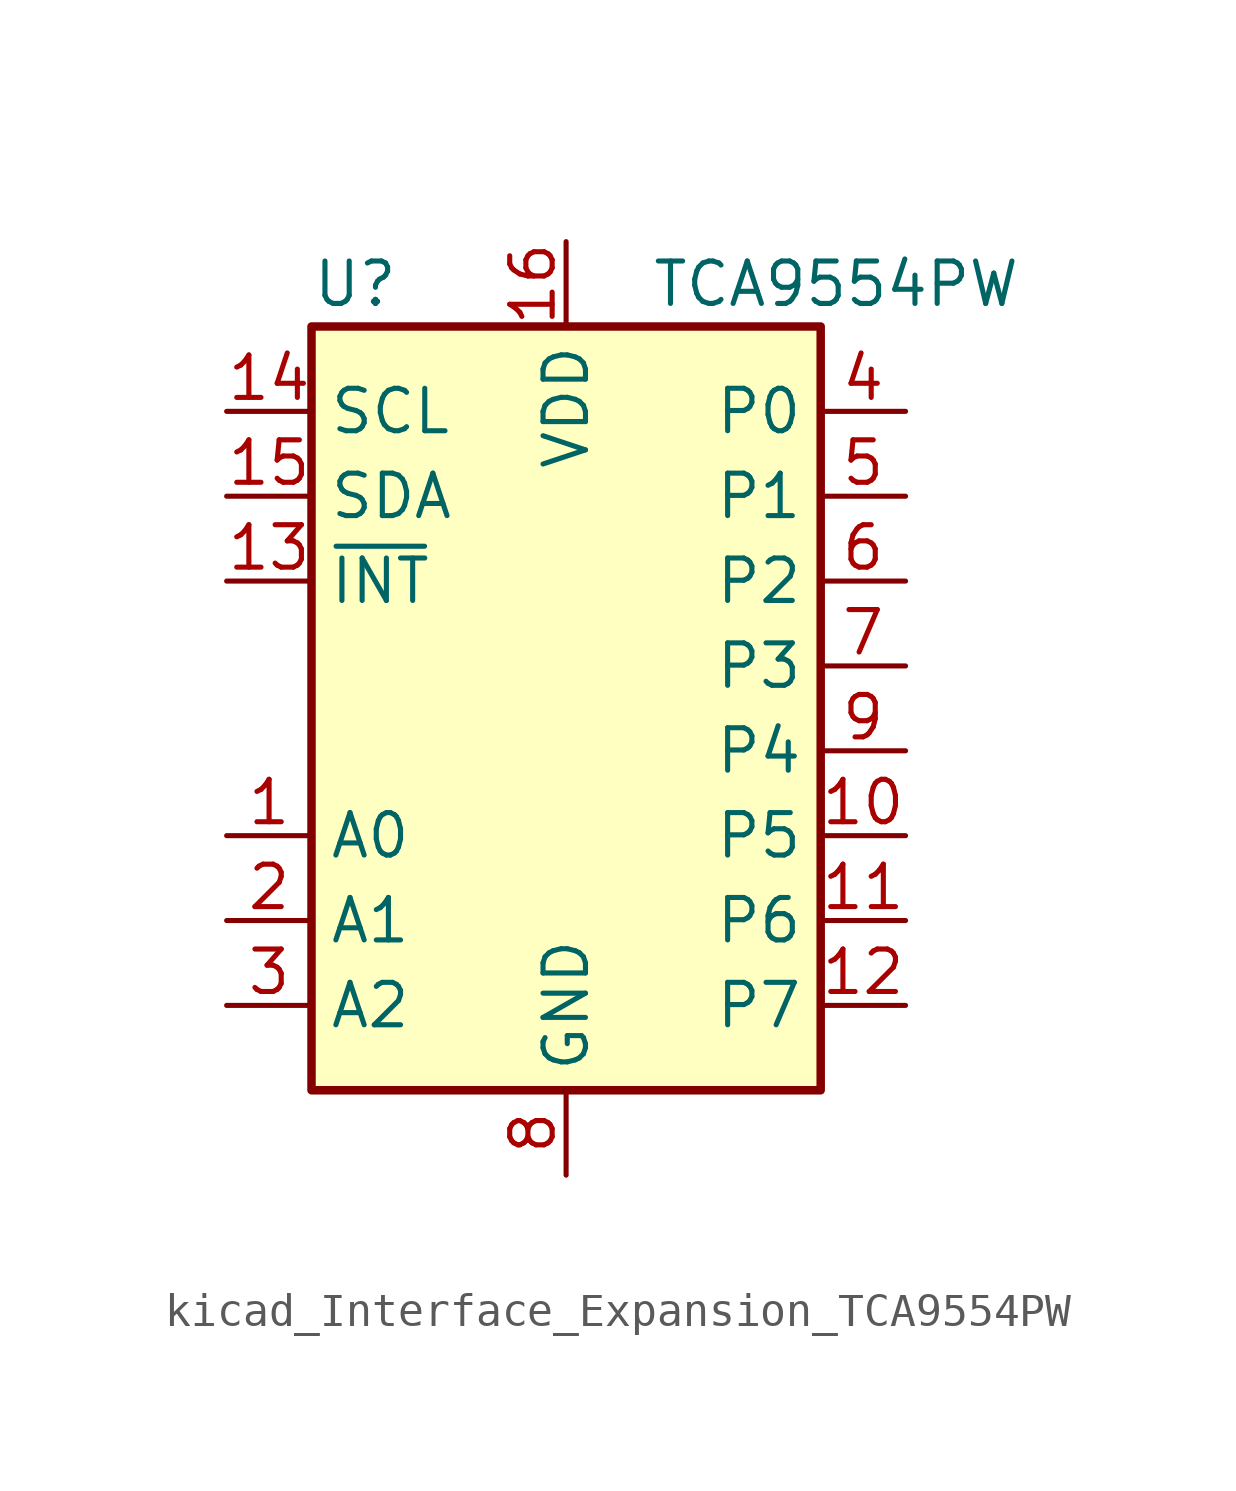
<source format=kicad_sym>
(kicad_symbol_lib
  (version 20220914)
  (generator kicad_symbol_editor)
  (symbol "kicad_Interface_Expansion_TCA9554PW"
    (property "Reference" "U"
      (at -7.62 11.43 0)
      (effects (font (size 1.27 1.27)) (justify left)))
    (property "Value" "TCA9554PW"
      (at 2.54 11.43 0)
      (effects (font (size 1.27 1.27)) (justify left)))
    (symbol "kicad_Interface_Expansion_TCA9554PW_0_1"
      (rectangle (start -7.62 -12.7) (end 7.62 10.16) (stroke (width 0.254) (type default)) (fill (type background))))
    (symbol "kicad_Interface_Expansion_TCA9554PW_1_1"
      (pin input line (at -10.16 -5.08 0) (length 2.54) (name "A0" (effects (font (size 1.27 1.27)))) (number "1" (effects (font (size 1.27 1.27)))))
      (pin bidirectional line (at 10.16 -5.08 180) (length 2.54) (name "P5" (effects (font (size 1.27 1.27)))) (number "10" (effects (font (size 1.27 1.27)))))
      (pin bidirectional line (at 10.16 -7.62 180) (length 2.54) (name "P6" (effects (font (size 1.27 1.27)))) (number "11" (effects (font (size 1.27 1.27)))))
      (pin bidirectional line (at 10.16 -10.16 180) (length 2.54) (name "P7" (effects (font (size 1.27 1.27)))) (number "12" (effects (font (size 1.27 1.27)))))
      (pin open_collector line (at -10.16 2.54 0) (length 2.54) (name "~{INT}" (effects (font (size 1.27 1.27)))) (number "13" (effects (font (size 1.27 1.27)))))
      (pin input line (at -10.16 7.62 0) (length 2.54) (name "SCL" (effects (font (size 1.27 1.27)))) (number "14" (effects (font (size 1.27 1.27)))))
      (pin bidirectional line (at -10.16 5.08 0) (length 2.54) (name "SDA" (effects (font (size 1.27 1.27)))) (number "15" (effects (font (size 1.27 1.27)))))
      (pin power_in line (at 0 12.7 270) (length 2.54) (name "VDD" (effects (font (size 1.27 1.27)))) (number "16" (effects (font (size 1.27 1.27)))))
      (pin input line (at -10.16 -7.62 0) (length 2.54) (name "A1" (effects (font (size 1.27 1.27)))) (number "2" (effects (font (size 1.27 1.27)))))
      (pin input line (at -10.16 -10.16 0) (length 2.54) (name "A2" (effects (font (size 1.27 1.27)))) (number "3" (effects (font (size 1.27 1.27)))))
      (pin bidirectional line (at 10.16 7.62 180) (length 2.54) (name "P0" (effects (font (size 1.27 1.27)))) (number "4" (effects (font (size 1.27 1.27)))))
      (pin bidirectional line (at 10.16 5.08 180) (length 2.54) (name "P1" (effects (font (size 1.27 1.27)))) (number "5" (effects (font (size 1.27 1.27)))))
      (pin bidirectional line (at 10.16 2.54 180) (length 2.54) (name "P2" (effects (font (size 1.27 1.27)))) (number "6" (effects (font (size 1.27 1.27)))))
      (pin bidirectional line (at 10.16 0 180) (length 2.54) (name "P3" (effects (font (size 1.27 1.27)))) (number "7" (effects (font (size 1.27 1.27)))))
      (pin power_in line (at 0 -15.24 90) (length 2.54) (name "GND" (effects (font (size 1.27 1.27)))) (number "8" (effects (font (size 1.27 1.27)))))
      (pin bidirectional line (at 10.16 -2.54 180) (length 2.54) (name "P4" (effects (font (size 1.27 1.27)))) (number "9" (effects (font (size 1.27 1.27))))))))
</source>
